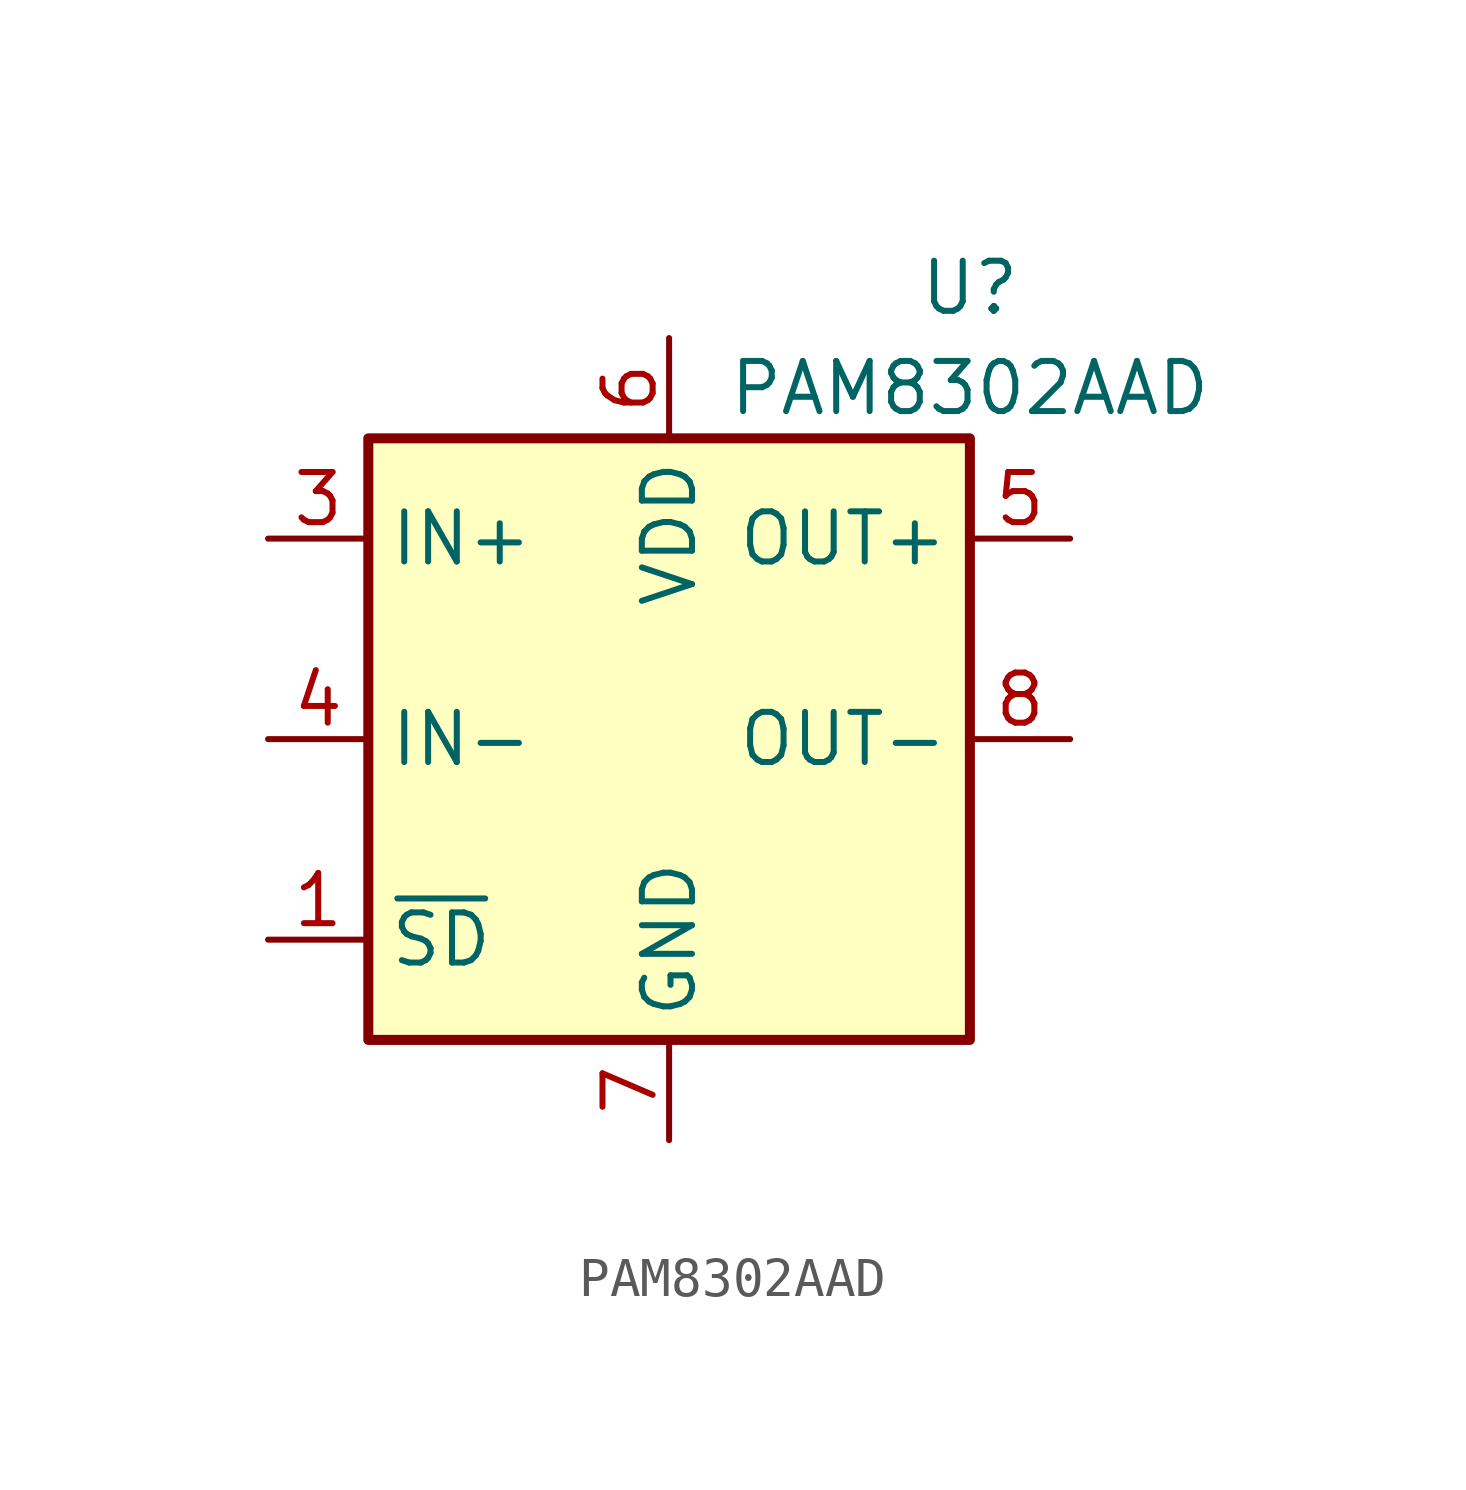
<source format=kicad_sym>
(kicad_symbol_lib
  (version 20201005)
  (generator kicad_symbol_editor)
  (symbol "Amplifier_Audio:PAM8302AAD"
    (property "Reference" "U"
      (at 7.62 11.43 0)
      (effects (font (size 1.27 1.27))))
    (property "Value" "PAM8302AAD"
      (at 7.62 8.89 0)
      (effects (font (size 1.27 1.27))))
    (symbol "PAM8302AAD_0_1"
      (rectangle (start -7.62 7.62) (end 7.62 -7.62) (stroke (width 0.254)) (fill (type background))))
    (symbol "PAM8302AAD_1_1"
      (pin input line (at -10.16 -5.08 0) (length 2.54) (name "~SD" (effects (font (size 1.27 1.27)))) (number "1" (effects (font (size 1.27 1.27)))))
      (pin no_connect line (at 7.62 -5.08 180) (length 2.54) hide (name "NC" (effects (font (size 1.27 1.27)))) (number "2" (effects (font (size 1.27 1.27)))))
      (pin input line (at -10.16 5.08 0) (length 2.54) (name "IN+" (effects (font (size 1.27 1.27)))) (number "3" (effects (font (size 1.27 1.27)))))
      (pin input line (at -10.16 0 0) (length 2.54) (name "IN-" (effects (font (size 1.27 1.27)))) (number "4" (effects (font (size 1.27 1.27)))))
      (pin output line (at 10.16 5.08 180) (length 2.54) (name "OUT+" (effects (font (size 1.27 1.27)))) (number "5" (effects (font (size 1.27 1.27)))))
      (pin power_in line (at 0 10.16 270) (length 2.54) (name "VDD" (effects (font (size 1.27 1.27)))) (number "6" (effects (font (size 1.27 1.27)))))
      (pin power_in line (at 0 -10.16 90) (length 2.54) (name "GND" (effects (font (size 1.27 1.27)))) (number "7" (effects (font (size 1.27 1.27)))))
      (pin output line (at 10.16 0 180) (length 2.54) (name "OUT-" (effects (font (size 1.27 1.27)))) (number "8" (effects (font (size 1.27 1.27))))))))
</source>
